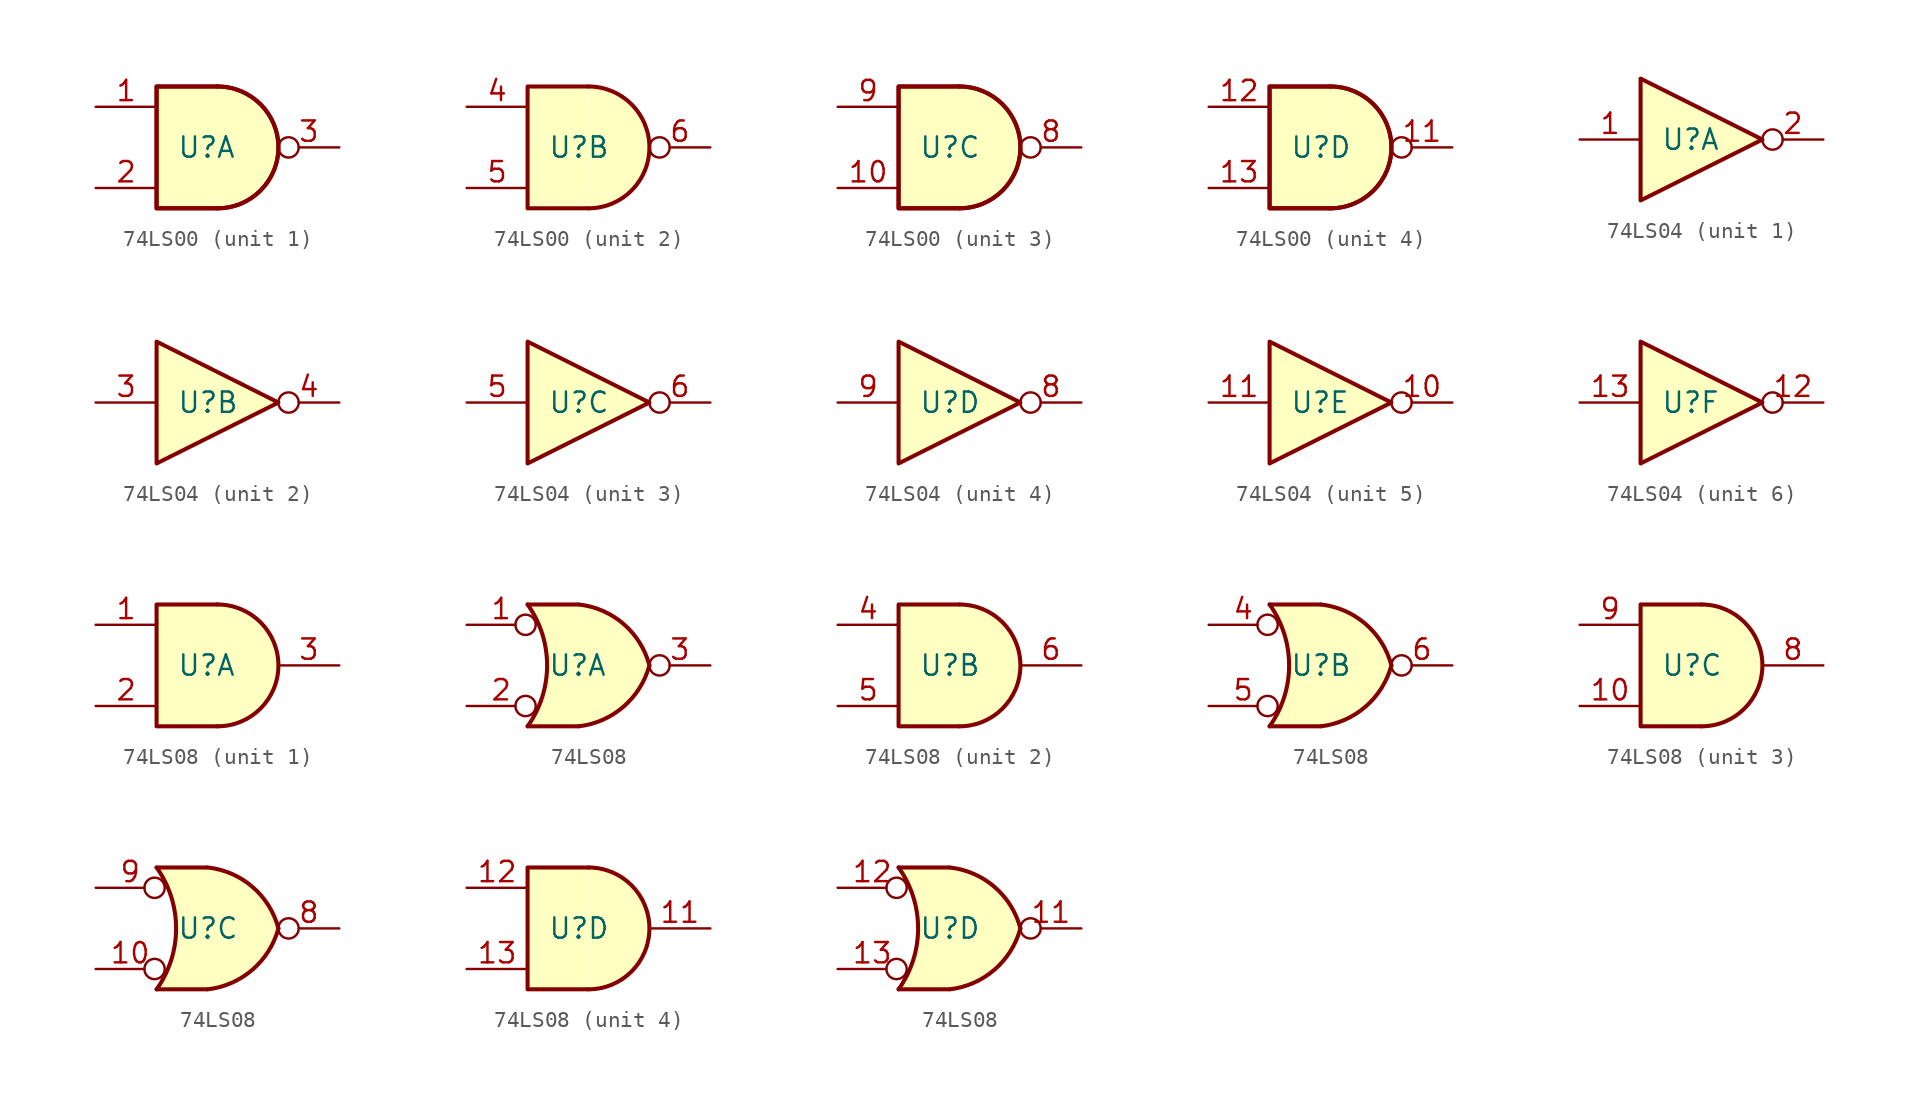
<source format=kicad_sym>
(kicad_symbol_lib
  (version 20220914)
  (generator kicad_symbol_editor)
  (symbol "74LS00"
    (pin_names
      (offset 1.016) hide)
    (property "Reference" "U"
      (at -2.54 0 0)
      (do_not_autoplace)
      (effects (font (size 1.27 1.27)) (justify left)))
    (property "ki_locked" ""
      (at 0 0 0)
      (effects (font (size 1.27 1.27))))
    (symbol "74LS00_0_1"
      (arc (start 0 -3.81) (mid 3.7934 0) (end 0 3.81) (stroke (width 0.254) (type default)) (fill (type background)))
      (polyline (pts (xy 0 3.81) (xy -3.81 3.81) (xy -3.81 -3.81) (xy 0 -3.81)) (stroke (width 0.254) (type default)) (fill (type background))))
    (symbol "74LS00_1_1"
      (arc (start 0 -3.81) (mid 3.7934 0) (end 0 3.81) (stroke (width 0.254) (type default)) (fill (type none)))
      (polyline (pts (xy 0 3.81) (xy -3.81 3.81) (xy -3.81 -3.81) (xy 0 -3.81)) (stroke (width 0.254) (type default)) (fill (type none)))
      (pin input line (at -7.62 2.54 0) (length 3.81) (name "~" (effects (font (size 1.27 1.27)))) (number "1" (effects (font (size 1.27 1.27)))))
      (pin input line (at -7.62 -2.54 0) (length 3.81) (name "~" (effects (font (size 1.27 1.27)))) (number "2" (effects (font (size 1.27 1.27)))))
      (pin output inverted (at 7.62 0 180) (length 3.81) (name "~" (effects (font (size 1.27 1.27)))) (number "3" (effects (font (size 1.27 1.27))))))
    (symbol "74LS00_2_1"
      (pin input line (at -7.62 2.54 0) (length 3.81) (name "~" (effects (font (size 1.27 1.27)))) (number "4" (effects (font (size 1.27 1.27)))))
      (pin input line (at -7.62 -2.54 0) (length 3.81) (name "~" (effects (font (size 1.27 1.27)))) (number "5" (effects (font (size 1.27 1.27)))))
      (pin output inverted (at 7.62 0 180) (length 3.81) (name "~" (effects (font (size 1.27 1.27)))) (number "6" (effects (font (size 1.27 1.27))))))
    (symbol "74LS00_3_1"
      (arc (start 0 -3.81) (mid 3.7934 0) (end 0 3.81) (stroke (width 0.254) (type default)) (fill (type background)))
      (polyline (pts (xy 0 3.81) (xy -3.81 3.81) (xy -3.81 -3.81) (xy 0 -3.81)) (stroke (width 0.254) (type default)) (fill (type background)))
      (pin input line (at -7.62 -2.54 0) (length 3.81) (name "~" (effects (font (size 1.27 1.27)))) (number "10" (effects (font (size 1.27 1.27)))))
      (pin output inverted (at 7.62 0 180) (length 3.81) (name "~" (effects (font (size 1.27 1.27)))) (number "8" (effects (font (size 1.27 1.27)))))
      (pin input line (at -7.62 2.54 0) (length 3.81) (name "~" (effects (font (size 1.27 1.27)))) (number "9" (effects (font (size 1.27 1.27))))))
    (symbol "74LS00_4_1"
      (arc (start 0 -3.81) (mid 3.7934 0) (end 0 3.81) (stroke (width 0.254) (type default)) (fill (type background)))
      (polyline (pts (xy 0 3.81) (xy -3.81 3.81) (xy -3.81 -3.81) (xy 0 -3.81)) (stroke (width 0.254) (type default)) (fill (type background)))
      (pin output inverted (at 7.62 0 180) (length 3.81) (name "~" (effects (font (size 1.27 1.27)))) (number "11" (effects (font (size 1.27 1.27)))))
      (pin input line (at -7.62 2.54 0) (length 3.81) (name "~" (effects (font (size 1.27 1.27)))) (number "12" (effects (font (size 1.27 1.27)))))
      (pin input line (at -7.62 -2.54 0) (length 3.81) (name "~" (effects (font (size 1.27 1.27)))) (number "13" (effects (font (size 1.27 1.27)))))))
  (symbol "74LS04"
    (pin_names hide)
    (property "Reference" "U"
      (at -2.54 0 0)
      (do_not_autoplace)
      (effects (font (size 1.27 1.27)) (justify left)))
    (property "ki_locked" ""
      (at 0 0 0)
      (effects (font (size 1.27 1.27))))
    (symbol "74LS04_1_0"
      (polyline (pts (xy -3.81 3.81) (xy -3.81 -3.81) (xy 3.81 0) (xy -3.81 3.81)) (stroke (width 0.254) (type default)) (fill (type background)))
      (pin input line (at -7.62 0 0) (length 3.81) (name "~" (effects (font (size 1.27 1.27)))) (number "1" (effects (font (size 1.27 1.27)))))
      (pin output inverted (at 7.62 0 180) (length 3.81) (name "~" (effects (font (size 1.27 1.27)))) (number "2" (effects (font (size 1.27 1.27))))))
    (symbol "74LS04_2_0"
      (polyline (pts (xy -3.81 3.81) (xy -3.81 -3.81) (xy 3.81 0) (xy -3.81 3.81)) (stroke (width 0.254) (type default)) (fill (type background)))
      (pin input line (at -7.62 0 0) (length 3.81) (name "~" (effects (font (size 1.27 1.27)))) (number "3" (effects (font (size 1.27 1.27)))))
      (pin output inverted (at 7.62 0 180) (length 3.81) (name "~" (effects (font (size 1.27 1.27)))) (number "4" (effects (font (size 1.27 1.27))))))
    (symbol "74LS04_3_0"
      (polyline (pts (xy -3.81 3.81) (xy -3.81 -3.81) (xy 3.81 0) (xy -3.81 3.81)) (stroke (width 0.254) (type default)) (fill (type background)))
      (pin input line (at -7.62 0 0) (length 3.81) (name "~" (effects (font (size 1.27 1.27)))) (number "5" (effects (font (size 1.27 1.27)))))
      (pin output inverted (at 7.62 0 180) (length 3.81) (name "~" (effects (font (size 1.27 1.27)))) (number "6" (effects (font (size 1.27 1.27))))))
    (symbol "74LS04_4_0"
      (polyline (pts (xy -3.81 3.81) (xy -3.81 -3.81) (xy 3.81 0) (xy -3.81 3.81)) (stroke (width 0.254) (type default)) (fill (type background)))
      (pin output inverted (at 7.62 0 180) (length 3.81) (name "~" (effects (font (size 1.27 1.27)))) (number "8" (effects (font (size 1.27 1.27)))))
      (pin input line (at -7.62 0 0) (length 3.81) (name "~" (effects (font (size 1.27 1.27)))) (number "9" (effects (font (size 1.27 1.27))))))
    (symbol "74LS04_5_0"
      (polyline (pts (xy -3.81 3.81) (xy -3.81 -3.81) (xy 3.81 0) (xy -3.81 3.81)) (stroke (width 0.254) (type default)) (fill (type background)))
      (pin output inverted (at 7.62 0 180) (length 3.81) (name "~" (effects (font (size 1.27 1.27)))) (number "10" (effects (font (size 1.27 1.27)))))
      (pin input line (at -7.62 0 0) (length 3.81) (name "~" (effects (font (size 1.27 1.27)))) (number "11" (effects (font (size 1.27 1.27))))))
    (symbol "74LS04_6_0"
      (polyline (pts (xy -3.81 3.81) (xy -3.81 -3.81) (xy 3.81 0) (xy -3.81 3.81)) (stroke (width 0.254) (type default)) (fill (type background)))
      (pin output inverted (at 7.62 0 180) (length 3.81) (name "~" (effects (font (size 1.27 1.27)))) (number "12" (effects (font (size 1.27 1.27)))))
      (pin input line (at -7.62 0 0) (length 3.81) (name "~" (effects (font (size 1.27 1.27)))) (number "13" (effects (font (size 1.27 1.27)))))))
  (symbol "74LS08"
    (pin_names
      (offset 1.016) hide)
    (property "Reference" "U"
      (at -2.54 0 0)
      (do_not_autoplace)
      (effects (font (size 1.27 1.27)) (justify left)))
    (property "ki_locked" ""
      (at 0 0 0)
      (effects (font (size 1.27 1.27))))
    (symbol "74LS08_1_1"
      (arc (start 0 -3.81) (mid 3.7934 0) (end 0 3.81) (stroke (width 0.254) (type default)) (fill (type background)))
      (polyline (pts (xy 0 3.81) (xy -3.81 3.81) (xy -3.81 -3.81) (xy 0 -3.81)) (stroke (width 0.254) (type default)) (fill (type background)))
      (pin input line (at -7.62 2.54 0) (length 3.81) (name "~" (effects (font (size 1.27 1.27)))) (number "1" (effects (font (size 1.27 1.27)))))
      (pin input line (at -7.62 -2.54 0) (length 3.81) (name "~" (effects (font (size 1.27 1.27)))) (number "2" (effects (font (size 1.27 1.27)))))
      (pin output line (at 7.62 0 180) (length 3.81) (name "~" (effects (font (size 1.27 1.27)))) (number "3" (effects (font (size 1.27 1.27))))))
    (symbol "74LS08_1_2"
      (arc (start -3.81 -3.81) (mid -2.589 0) (end -3.81 3.81) (stroke (width 0.254) (type default)) (fill (type none)))
      (arc (start -0.6096 -3.81) (mid 2.1842 -2.5851) (end 3.81 0) (stroke (width 0.254) (type default)) (fill (type background)))
      (polyline (pts (xy -3.81 -3.81) (xy -0.635 -3.81)) (stroke (width 0.254) (type default)) (fill (type background)))
      (polyline (pts (xy -3.81 3.81) (xy -0.635 3.81)) (stroke (width 0.254) (type default)) (fill (type background)))
      (polyline (pts (xy -0.635 3.81) (xy -3.81 3.81) (xy -3.81 3.81) (xy -3.556 3.404) (xy -3.023 2.261) (xy -2.692 1.041) (xy -2.616 -0.254) (xy -2.769 -1.499) (xy -3.175 -2.718) (xy -3.81 -3.81) (xy -3.81 -3.81) (xy -0.635 -3.81)) (stroke (width -25.4) (type default)) (fill (type background)))
      (arc (start 3.81 0) (mid 2.1915 2.5936) (end -0.6096 3.81) (stroke (width 0.254) (type default)) (fill (type background)))
      (pin input inverted (at -7.62 2.54 0) (length 4.318) (name "~" (effects (font (size 1.27 1.27)))) (number "1" (effects (font (size 1.27 1.27)))))
      (pin input inverted (at -7.62 -2.54 0) (length 4.318) (name "~" (effects (font (size 1.27 1.27)))) (number "2" (effects (font (size 1.27 1.27)))))
      (pin output inverted (at 7.62 0 180) (length 3.81) (name "~" (effects (font (size 1.27 1.27)))) (number "3" (effects (font (size 1.27 1.27))))))
    (symbol "74LS08_2_1"
      (arc (start 0 -3.81) (mid 3.7934 0) (end 0 3.81) (stroke (width 0.254) (type default)) (fill (type background)))
      (polyline (pts (xy 0 3.81) (xy -3.81 3.81) (xy -3.81 -3.81) (xy 0 -3.81)) (stroke (width 0.254) (type default)) (fill (type background)))
      (pin input line (at -7.62 2.54 0) (length 3.81) (name "~" (effects (font (size 1.27 1.27)))) (number "4" (effects (font (size 1.27 1.27)))))
      (pin input line (at -7.62 -2.54 0) (length 3.81) (name "~" (effects (font (size 1.27 1.27)))) (number "5" (effects (font (size 1.27 1.27)))))
      (pin output line (at 7.62 0 180) (length 3.81) (name "~" (effects (font (size 1.27 1.27)))) (number "6" (effects (font (size 1.27 1.27))))))
    (symbol "74LS08_2_2"
      (arc (start -3.81 -3.81) (mid -2.589 0) (end -3.81 3.81) (stroke (width 0.254) (type default)) (fill (type none)))
      (arc (start -0.6096 -3.81) (mid 2.1842 -2.5851) (end 3.81 0) (stroke (width 0.254) (type default)) (fill (type background)))
      (polyline (pts (xy -3.81 -3.81) (xy -0.635 -3.81)) (stroke (width 0.254) (type default)) (fill (type background)))
      (polyline (pts (xy -3.81 3.81) (xy -0.635 3.81)) (stroke (width 0.254) (type default)) (fill (type background)))
      (polyline (pts (xy -0.635 3.81) (xy -3.81 3.81) (xy -3.81 3.81) (xy -3.556 3.404) (xy -3.023 2.261) (xy -2.692 1.041) (xy -2.616 -0.254) (xy -2.769 -1.499) (xy -3.175 -2.718) (xy -3.81 -3.81) (xy -3.81 -3.81) (xy -0.635 -3.81)) (stroke (width -25.4) (type default)) (fill (type background)))
      (arc (start 3.81 0) (mid 2.1915 2.5936) (end -0.6096 3.81) (stroke (width 0.254) (type default)) (fill (type background)))
      (pin input inverted (at -7.62 2.54 0) (length 4.318) (name "~" (effects (font (size 1.27 1.27)))) (number "4" (effects (font (size 1.27 1.27)))))
      (pin input inverted (at -7.62 -2.54 0) (length 4.318) (name "~" (effects (font (size 1.27 1.27)))) (number "5" (effects (font (size 1.27 1.27)))))
      (pin output inverted (at 7.62 0 180) (length 3.81) (name "~" (effects (font (size 1.27 1.27)))) (number "6" (effects (font (size 1.27 1.27))))))
    (symbol "74LS08_3_1"
      (arc (start 0 -3.81) (mid 3.7934 0) (end 0 3.81) (stroke (width 0.254) (type default)) (fill (type background)))
      (polyline (pts (xy 0 3.81) (xy -3.81 3.81) (xy -3.81 -3.81) (xy 0 -3.81)) (stroke (width 0.254) (type default)) (fill (type background)))
      (pin input line (at -7.62 -2.54 0) (length 3.81) (name "~" (effects (font (size 1.27 1.27)))) (number "10" (effects (font (size 1.27 1.27)))))
      (pin output line (at 7.62 0 180) (length 3.81) (name "~" (effects (font (size 1.27 1.27)))) (number "8" (effects (font (size 1.27 1.27)))))
      (pin input line (at -7.62 2.54 0) (length 3.81) (name "~" (effects (font (size 1.27 1.27)))) (number "9" (effects (font (size 1.27 1.27))))))
    (symbol "74LS08_3_2"
      (arc (start -3.81 -3.81) (mid -2.589 0) (end -3.81 3.81) (stroke (width 0.254) (type default)) (fill (type none)))
      (arc (start -0.6096 -3.81) (mid 2.1842 -2.5851) (end 3.81 0) (stroke (width 0.254) (type default)) (fill (type background)))
      (polyline (pts (xy -3.81 -3.81) (xy -0.635 -3.81)) (stroke (width 0.254) (type default)) (fill (type background)))
      (polyline (pts (xy -3.81 3.81) (xy -0.635 3.81)) (stroke (width 0.254) (type default)) (fill (type background)))
      (polyline (pts (xy -0.635 3.81) (xy -3.81 3.81) (xy -3.81 3.81) (xy -3.556 3.404) (xy -3.023 2.261) (xy -2.692 1.041) (xy -2.616 -0.254) (xy -2.769 -1.499) (xy -3.175 -2.718) (xy -3.81 -3.81) (xy -3.81 -3.81) (xy -0.635 -3.81)) (stroke (width -25.4) (type default)) (fill (type background)))
      (arc (start 3.81 0) (mid 2.1915 2.5936) (end -0.6096 3.81) (stroke (width 0.254) (type default)) (fill (type background)))
      (pin input inverted (at -7.62 -2.54 0) (length 4.318) (name "~" (effects (font (size 1.27 1.27)))) (number "10" (effects (font (size 1.27 1.27)))))
      (pin output inverted (at 7.62 0 180) (length 3.81) (name "~" (effects (font (size 1.27 1.27)))) (number "8" (effects (font (size 1.27 1.27)))))
      (pin input inverted (at -7.62 2.54 0) (length 4.318) (name "~" (effects (font (size 1.27 1.27)))) (number "9" (effects (font (size 1.27 1.27))))))
    (symbol "74LS08_4_1"
      (arc (start 0 -3.81) (mid 3.7934 0) (end 0 3.81) (stroke (width 0.254) (type default)) (fill (type background)))
      (polyline (pts (xy 0 3.81) (xy -3.81 3.81) (xy -3.81 -3.81) (xy 0 -3.81)) (stroke (width 0.254) (type default)) (fill (type background)))
      (pin output line (at 7.62 0 180) (length 3.81) (name "~" (effects (font (size 1.27 1.27)))) (number "11" (effects (font (size 1.27 1.27)))))
      (pin input line (at -7.62 2.54 0) (length 3.81) (name "~" (effects (font (size 1.27 1.27)))) (number "12" (effects (font (size 1.27 1.27)))))
      (pin input line (at -7.62 -2.54 0) (length 3.81) (name "~" (effects (font (size 1.27 1.27)))) (number "13" (effects (font (size 1.27 1.27))))))
    (symbol "74LS08_4_2"
      (arc (start -3.81 -3.81) (mid -2.589 0) (end -3.81 3.81) (stroke (width 0.254) (type default)) (fill (type none)))
      (arc (start -0.6096 -3.81) (mid 2.1842 -2.5851) (end 3.81 0) (stroke (width 0.254) (type default)) (fill (type background)))
      (polyline (pts (xy -3.81 -3.81) (xy -0.635 -3.81)) (stroke (width 0.254) (type default)) (fill (type background)))
      (polyline (pts (xy -3.81 3.81) (xy -0.635 3.81)) (stroke (width 0.254) (type default)) (fill (type background)))
      (polyline (pts (xy -0.635 3.81) (xy -3.81 3.81) (xy -3.81 3.81) (xy -3.556 3.404) (xy -3.023 2.261) (xy -2.692 1.041) (xy -2.616 -0.254) (xy -2.769 -1.499) (xy -3.175 -2.718) (xy -3.81 -3.81) (xy -3.81 -3.81) (xy -0.635 -3.81)) (stroke (width -25.4) (type default)) (fill (type background)))
      (arc (start 3.81 0) (mid 2.1915 2.5936) (end -0.6096 3.81) (stroke (width 0.254) (type default)) (fill (type background)))
      (pin output inverted (at 7.62 0 180) (length 3.81) (name "~" (effects (font (size 1.27 1.27)))) (number "11" (effects (font (size 1.27 1.27)))))
      (pin input inverted (at -7.62 2.54 0) (length 4.318) (name "~" (effects (font (size 1.27 1.27)))) (number "12" (effects (font (size 1.27 1.27)))))
      (pin input inverted (at -7.62 -2.54 0) (length 4.318) (name "~" (effects (font (size 1.27 1.27)))) (number "13" (effects (font (size 1.27 1.27))))))))
</source>
